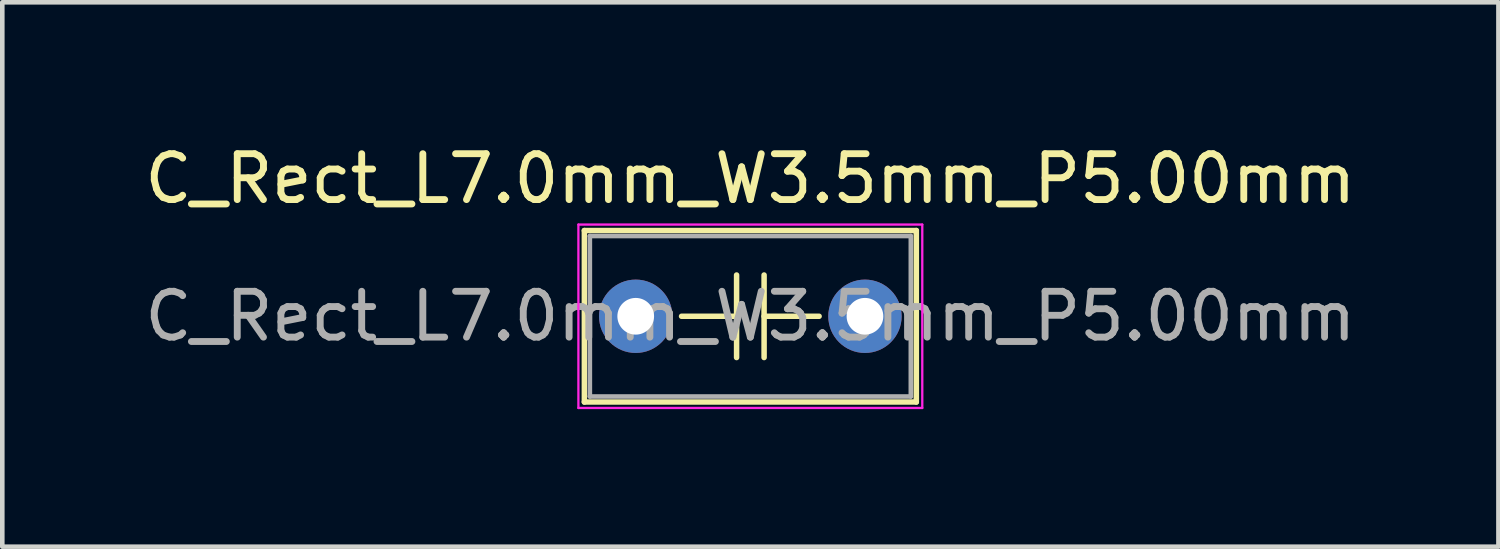
<source format=kicad_pcb>
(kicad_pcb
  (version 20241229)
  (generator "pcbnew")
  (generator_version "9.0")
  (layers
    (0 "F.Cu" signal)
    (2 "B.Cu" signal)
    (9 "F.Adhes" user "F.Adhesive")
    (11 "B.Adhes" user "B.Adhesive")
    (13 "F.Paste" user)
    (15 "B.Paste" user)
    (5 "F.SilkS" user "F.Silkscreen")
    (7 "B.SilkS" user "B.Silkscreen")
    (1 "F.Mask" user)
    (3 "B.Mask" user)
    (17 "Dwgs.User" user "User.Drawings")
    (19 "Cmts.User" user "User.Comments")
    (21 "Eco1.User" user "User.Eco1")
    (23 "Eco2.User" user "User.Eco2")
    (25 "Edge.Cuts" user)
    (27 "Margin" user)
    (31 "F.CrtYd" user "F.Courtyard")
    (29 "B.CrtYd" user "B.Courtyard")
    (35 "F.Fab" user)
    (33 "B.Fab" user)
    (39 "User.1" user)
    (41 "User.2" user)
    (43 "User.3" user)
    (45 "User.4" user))
  (footprint "C_Rect_L7.0mm_W3.5mm_P5.00mm"
    (layer "F.Cu")
    (at 10.815 3.848)
    (property "Reference" "C_Rect_L7.0mm_W3.5mm_P5.00mm" (at 2.5 -3 0) (layer "F.SilkS") (effects (font (size 1 1) (thickness 0.15))))
    (attr through_hole)
    (fp_line (start -1.12 -1.87) (end -1.12 1.87) (stroke (width 0.12) (type solid)) (layer "F.SilkS"))
    (fp_line (start -1.12 -1.87) (end 6.12 -1.87) (stroke (width 0.12) (type solid)) (layer "F.SilkS"))
    (fp_line (start -1.12 1.87) (end 6.12 1.87) (stroke (width 0.12) (type solid)) (layer "F.SilkS"))
    (fp_line (start 1 0) (end 2.2 0) (stroke (width 0.12) (type solid)) (layer "F.SilkS"))
    (fp_line (start 2.2 -0.9) (end 2.2 0.9) (stroke (width 0.12) (type solid)) (layer "F.SilkS"))
    (fp_line (start 2.8 -0.9) (end 2.8 0.9) (stroke (width 0.12) (type solid)) (layer "F.SilkS"))
    (fp_line (start 4 0) (end 2.8 0) (stroke (width 0.12) (type solid)) (layer "F.SilkS"))
    (fp_line (start 6.12 -1.87) (end 6.12 1.87) (stroke (width 0.12) (type solid)) (layer "F.SilkS"))
    (fp_line (start -1.25 -2) (end -1.25 2) (stroke (width 0.05) (type solid)) (layer "F.CrtYd"))
    (fp_line (start -1.25 2) (end 6.25 2) (stroke (width 0.05) (type solid)) (layer "F.CrtYd"))
    (fp_line (start 6.25 -2) (end -1.25 -2) (stroke (width 0.05) (type solid)) (layer "F.CrtYd"))
    (fp_line (start 6.25 2) (end 6.25 -2) (stroke (width 0.05) (type solid)) (layer "F.CrtYd"))
    (fp_line (start -1 -1.75) (end -1 1.75) (stroke (width 0.1) (type solid)) (layer "F.Fab"))
    (fp_line (start -1 1.75) (end 6 1.75) (stroke (width 0.1) (type solid)) (layer "F.Fab"))
    (fp_line (start 6 -1.75) (end -1 -1.75) (stroke (width 0.1) (type solid)) (layer "F.Fab"))
    (fp_line (start 6 1.75) (end 6 -1.75) (stroke (width 0.1) (type solid)) (layer "F.Fab"))
    (fp_text user "${REFERENCE}" (at 2.5 0 0) (layer "F.Fab") (effects (font (size 1 1) (thickness 0.15))))
    (pad "1" thru_hole circle (at 0 0) (size 1.6 1.6) (drill 0.8) (layers "*.Cu" "*.Mask"))
    (pad "2" thru_hole circle (at 5 0) (size 1.6 1.6) (drill 0.8) (layers "*.Cu" "*.Mask")))
  (gr_rect
    (start -3 -3)
    (end 29.631 8.873)
    (stroke (width 0.1) (type default))
    (fill no)
    (layer "Edge.Cuts")))
</source>
